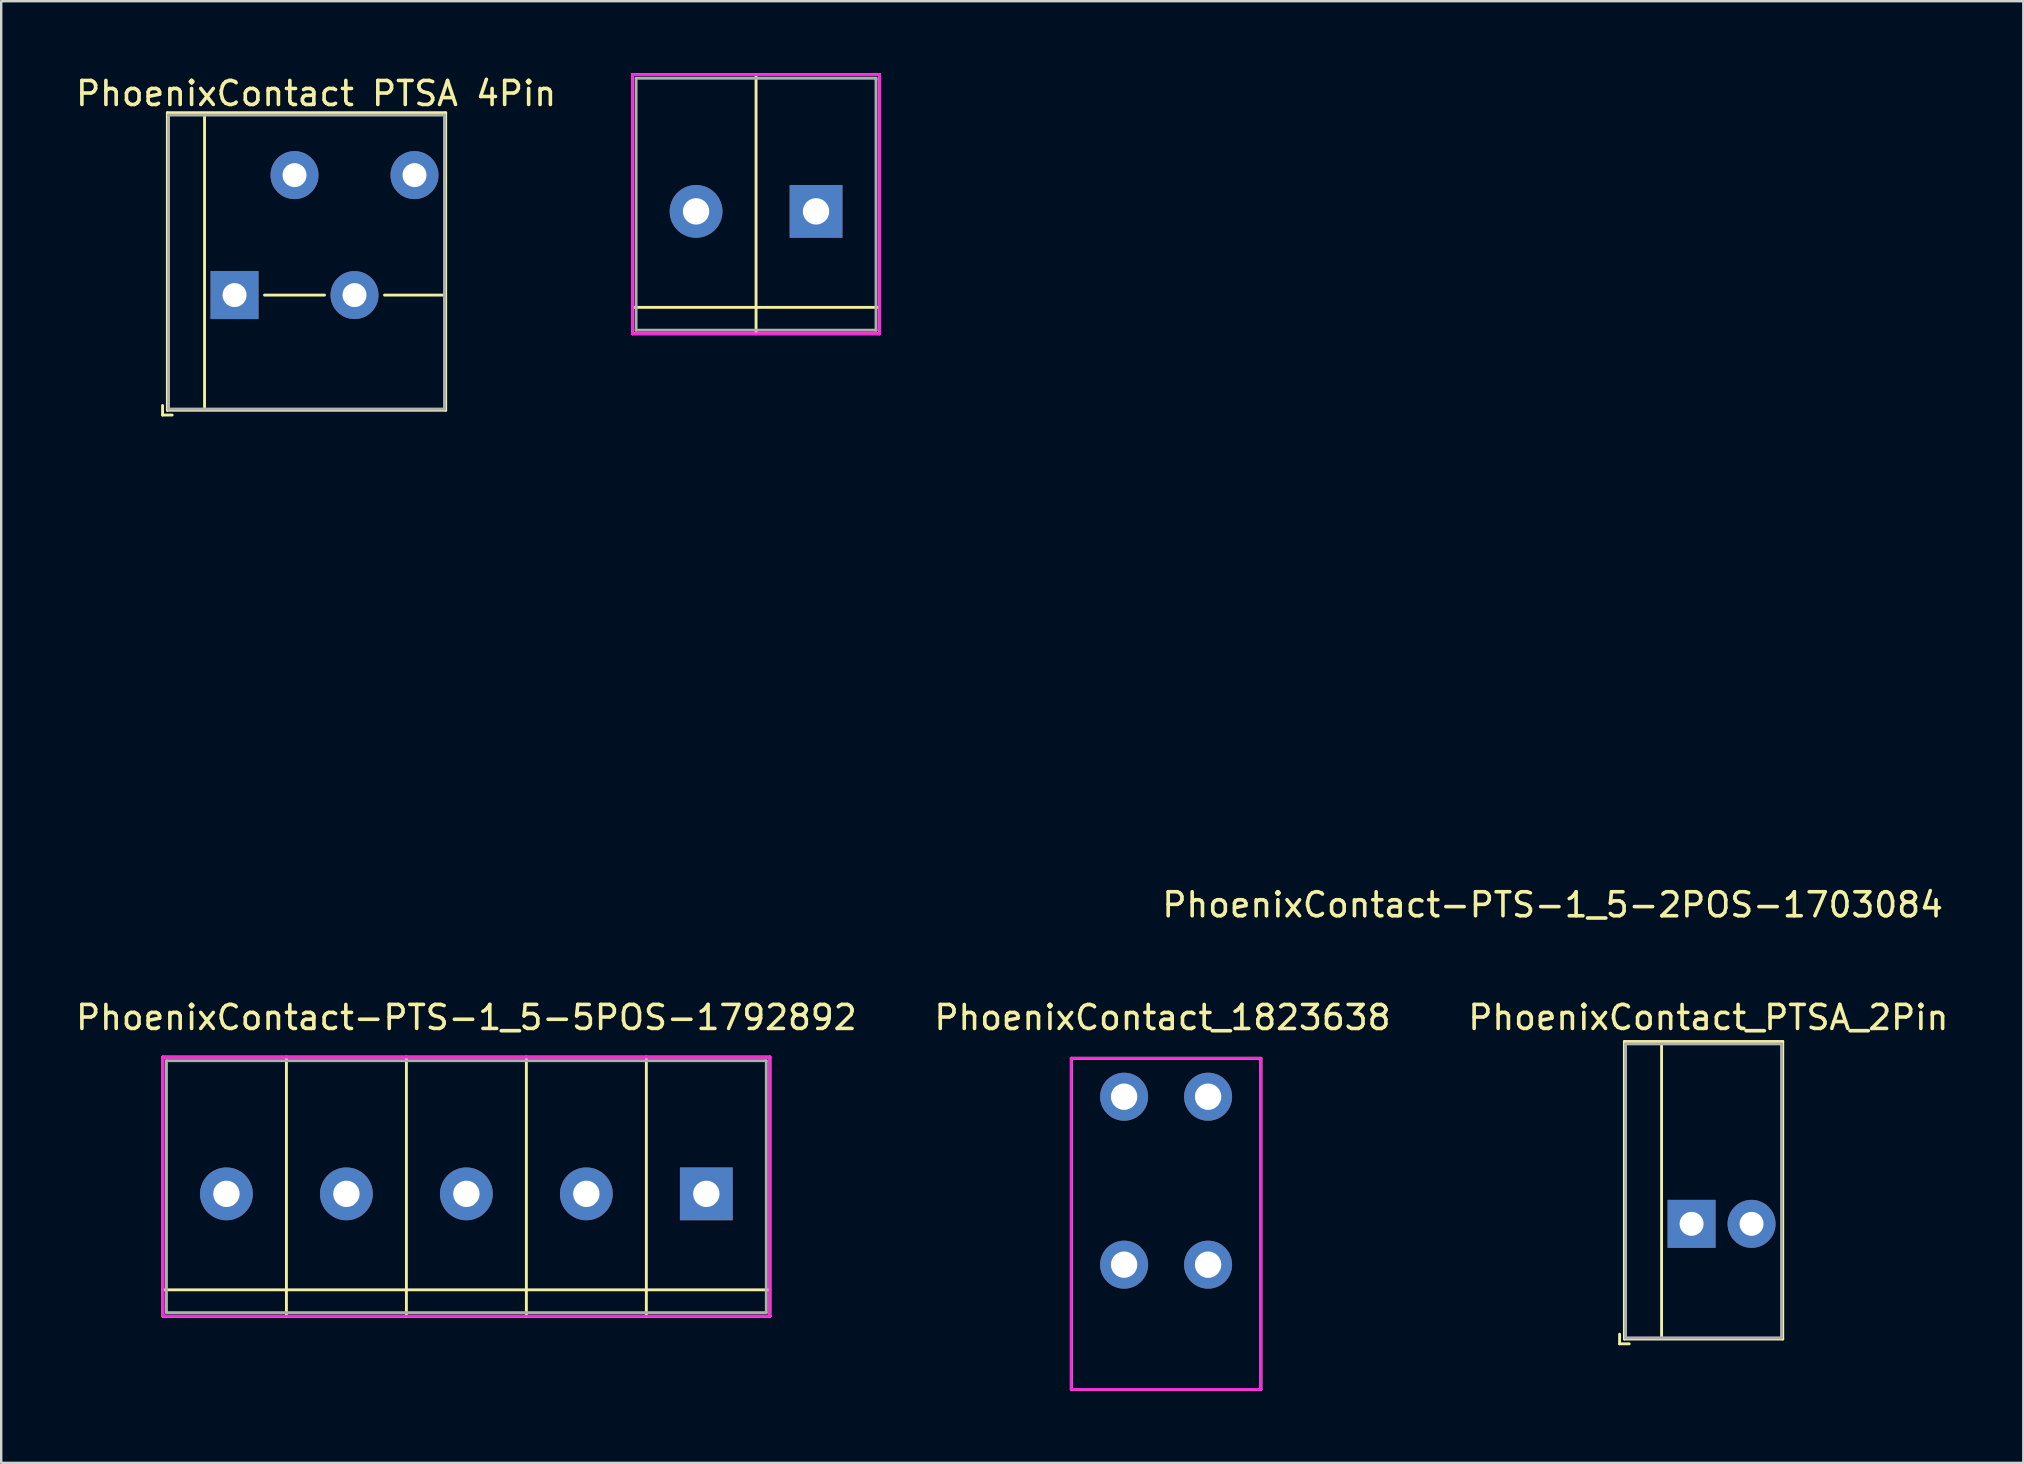
<source format=kicad_pcb>
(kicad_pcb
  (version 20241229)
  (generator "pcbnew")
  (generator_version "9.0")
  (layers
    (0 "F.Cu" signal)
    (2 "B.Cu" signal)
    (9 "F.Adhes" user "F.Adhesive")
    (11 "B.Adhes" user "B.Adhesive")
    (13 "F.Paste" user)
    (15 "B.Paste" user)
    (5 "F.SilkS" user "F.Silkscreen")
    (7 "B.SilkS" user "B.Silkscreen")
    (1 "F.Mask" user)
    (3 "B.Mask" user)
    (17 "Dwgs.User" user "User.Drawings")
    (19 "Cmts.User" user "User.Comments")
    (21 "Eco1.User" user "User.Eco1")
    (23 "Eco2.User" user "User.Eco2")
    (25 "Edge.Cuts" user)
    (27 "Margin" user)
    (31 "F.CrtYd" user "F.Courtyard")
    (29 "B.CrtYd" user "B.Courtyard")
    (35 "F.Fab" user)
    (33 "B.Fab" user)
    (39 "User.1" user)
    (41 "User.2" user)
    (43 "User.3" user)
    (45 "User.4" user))
  (footprint "PhoenixContact PTSA 4Pin"
    (layer "F.Cu")
    (at 6.725 9.248)
    (property "Reference" "PhoenixContact PTSA 4Pin" (at 3.4 -8.4 0) (layer "F.SilkS") (effects (font (size 1 1) (thickness 0.15))))
    (attr through_hole)
    (fp_line (start -3 4.6) (end -3 5) (stroke (width 0.12) (type solid)) (layer "F.SilkS"))
    (fp_line (start -3 5) (end -2.6 5) (stroke (width 0.12) (type solid)) (layer "F.SilkS"))
    (fp_line (start -2.8 -7.6) (end -2.8 4.8) (stroke (width 0.12) (type solid)) (layer "F.SilkS"))
    (fp_line (start -2.8 4.8) (end 8.8 4.8) (stroke (width 0.12) (type solid)) (layer "F.SilkS"))
    (fp_line (start -1.25 4.75) (end -1.25 -7.5) (stroke (width 0.12) (type solid)) (layer "F.SilkS"))
    (fp_line (start 1.25 0) (end 3.75 0) (stroke (width 0.12) (type solid)) (layer "F.SilkS"))
    (fp_line (start 6.25 0) (end 8.75 0) (stroke (width 0.12) (type solid)) (layer "F.SilkS"))
    (fp_line (start 8.8 -7.6) (end -2.8 -7.6) (stroke (width 0.12) (type solid)) (layer "F.SilkS"))
    (fp_line (start 8.8 4.8) (end 8.8 -7.6) (stroke (width 0.12) (type solid)) (layer "F.SilkS"))
    (fp_line (start -2.75 -7.5) (end -2.75 4.75) (stroke (width 0.12) (type solid)) (layer "F.Fab"))
    (fp_line (start -2.75 4.75) (end -1.25 4.75) (stroke (width 0.12) (type solid)) (layer "F.Fab"))
    (fp_line (start -1.25 -7.5) (end -2.75 -7.5) (stroke (width 0.12) (type solid)) (layer "F.Fab"))
    (fp_line (start -1.25 4.75) (end 8.75 4.75) (stroke (width 0.12) (type solid)) (layer "F.Fab"))
    (fp_line (start 8.75 -7.5) (end -1.25 -7.5) (stroke (width 0.12) (type solid)) (layer "F.Fab"))
    (fp_line (start 8.75 4.75) (end 8.75 -7.5) (stroke (width 0.12) (type solid)) (layer "F.Fab"))
    (pad "1" thru_hole rect (at 0 0) (size 2 2) (drill 1) (layers "*.Cu" "*.Mask"))
    (pad "2" thru_hole circle (at 2.5 -5) (size 2 2) (drill 1) (layers "*.Cu" "*.Mask"))
    (pad "3" thru_hole circle (at 5 0) (size 2 2) (drill 1) (layers "*.Cu" "*.Mask"))
    (pad "4" thru_hole circle (at 7.5 -5) (size 2 2) (drill 1) (layers "*.Cu" "*.Mask")))
  (footprint "PhoenixContact-PTS-1_5-2POS-1703084"
    (layer "F.Cu")
    (at 28.46 5.76)
    (property "Reference" "PhoenixContact-PTS-1_5-2POS-1703084" (at 33.2 28.9 0) (layer "F.SilkS") (effects (font (size 1 1) (thickness 0.15))))
    (attr through_hole)
    (fp_line (start -5.15 -5.7) (end 5.15 -5.7) (stroke (width 0.12) (type solid)) (layer "F.SilkS"))
    (fp_line (start -5.15 4) (end 5.15 4) (stroke (width 0.12) (type solid)) (layer "F.SilkS"))
    (fp_line (start -5.15 5.1) (end -5.15 -5.7) (stroke (width 0.12) (type solid)) (layer "F.SilkS"))
    (fp_line (start 0 -5.7) (end 0 5.1) (stroke (width 0.12) (type solid)) (layer "F.SilkS"))
    (fp_line (start 5.15 -5.7) (end 5.15 5.1) (stroke (width 0.12) (type solid)) (layer "F.SilkS"))
    (fp_line (start 5.15 5.1) (end -5.15 5.1) (stroke (width 0.12) (type solid)) (layer "F.SilkS"))
    (fp_line (start -5.15 -5.7) (end -5.15 5.1) (stroke (width 0.12) (type solid)) (layer "F.CrtYd"))
    (fp_line (start -5.15 5.1) (end 5.15 5.1) (stroke (width 0.12) (type solid)) (layer "F.CrtYd"))
    (fp_line (start 5.15 -5.7) (end -5.15 -5.7) (stroke (width 0.12) (type solid)) (layer "F.CrtYd"))
    (fp_line (start 5.15 5.1) (end 5.15 -5.7) (stroke (width 0.12) (type solid)) (layer "F.CrtYd"))
    (fp_line (start -5 -5.55) (end -5 4.95) (stroke (width 0.12) (type solid)) (layer "F.Fab"))
    (fp_line (start -5 4.95) (end 5 4.95) (stroke (width 0.12) (type solid)) (layer "F.Fab"))
    (fp_line (start 5 -5.55) (end -5 -5.55) (stroke (width 0.12) (type solid)) (layer "F.Fab"))
    (fp_line (start 5 -5.5) (end 5 -5.55) (stroke (width 0.12) (type solid)) (layer "F.Fab"))
    (fp_line (start 5 4.95) (end 5 -5.5) (stroke (width 0.12) (type solid)) (layer "F.Fab"))
    (pad "1" thru_hole rect (at 2.5 0) (size 2.2 2.2) (drill 1.1) (layers "*.Cu" "*.Mask"))
    (pad "2" thru_hole circle (at -2.5 0) (size 2.2 2.2) (drill 1.1) (layers "*.Cu" "*.Mask")))
  (footprint "PhoenixContact_1823638"
    (layer "F.Cu")
    (at 43.799 42.657)
    (property "Reference" "PhoenixContact_1823638" (at 1.6 -3.3 0) (unlocked yes) (layer "F.SilkS") (effects (font (size 1 1) (thickness 0.15))))
    (attr through_hole)
    (fp_line (start -2.2 -1.6) (end -2.2 12.2) (stroke (width 0.12) (type solid)) (layer "F.SilkS"))
    (fp_line (start -2.2 12.2) (end 5.7 12.2) (stroke (width 0.12) (type solid)) (layer "F.SilkS"))
    (fp_line (start 5.7 -1.6) (end -2.2 -1.6) (stroke (width 0.12) (type solid)) (layer "F.SilkS"))
    (fp_line (start 5.7 12.2) (end 5.7 -1.6) (stroke (width 0.12) (type solid)) (layer "F.SilkS"))
    (fp_line (start -2.2 -1.6) (end -2.2 12.2) (stroke (width 0.12) (type solid)) (layer "F.CrtYd"))
    (fp_line (start -2.2 12.2) (end 5.5 12.2) (stroke (width 0.12) (type solid)) (layer "F.CrtYd"))
    (fp_line (start 5.5 -1.6) (end -2.2 -1.6) (stroke (width 0.12) (type solid)) (layer "F.CrtYd"))
    (fp_line (start 5.5 12.2) (end 5.7 12.2) (stroke (width 0.12) (type solid)) (layer "F.CrtYd"))
    (fp_line (start 5.7 -1.6) (end 5.5 -1.6) (stroke (width 0.12) (type solid)) (layer "F.CrtYd"))
    (fp_line (start 5.7 12.2) (end 5.7 -1.6) (stroke (width 0.12) (type solid)) (layer "F.CrtYd"))
    (pad "1" thru_hole circle (at 0 0) (size 2 2) (drill 1.1) (layers "*.Cu" "*.Mask"))
    (pad "1" thru_hole circle (at 0 7) (size 2 2) (drill 1.1) (layers "*.Cu" "*.Mask"))
    (pad "2" thru_hole circle (at 3.5 0) (size 2 2) (drill 1.1) (layers "*.Cu" "*.Mask"))
    (pad "2" thru_hole circle (at 3.5 7) (size 2 2) (drill 1.1) (layers "*.Cu" "*.Mask")))
  (footprint "PhoenixContact_PTSA_2Pin"
    (layer "F.Cu")
    (at 67.449 47.956)
    (property "Reference" "PhoenixContact_PTSA_2Pin" (at 0.7 -8.6 0) (layer "F.SilkS") (effects (font (size 1 1) (thickness 0.15))))
    (attr through_hole)
    (fp_line (start -3 4.6) (end -3 5) (stroke (width 0.12) (type solid)) (layer "F.SilkS"))
    (fp_line (start -3 5) (end -2.6 5) (stroke (width 0.12) (type solid)) (layer "F.SilkS"))
    (fp_line (start -2.8 -7.6) (end -2.8 4.8) (stroke (width 0.12) (type solid)) (layer "F.SilkS"))
    (fp_line (start -2.8 4.8) (end 3.8 4.8) (stroke (width 0.12) (type solid)) (layer "F.SilkS"))
    (fp_line (start -1.25 4.75) (end -1.25 -7.5) (stroke (width 0.12) (type solid)) (layer "F.SilkS"))
    (fp_line (start 3.8 -7.6) (end -2.8 -7.6) (stroke (width 0.12) (type solid)) (layer "F.SilkS"))
    (fp_line (start 3.8 4.8) (end 3.8 -7.6) (stroke (width 0.12) (type solid)) (layer "F.SilkS"))
    (fp_line (start -2.75 -7.5) (end -2.75 4.75) (stroke (width 0.12) (type solid)) (layer "F.Fab"))
    (fp_line (start -2.75 4.75) (end -1.25 4.75) (stroke (width 0.12) (type solid)) (layer "F.Fab"))
    (fp_line (start -1.25 -7.5) (end -2.75 -7.5) (stroke (width 0.12) (type solid)) (layer "F.Fab"))
    (fp_line (start -1.25 4.75) (end 3.75 4.75) (stroke (width 0.12) (type solid)) (layer "F.Fab"))
    (fp_line (start 3.75 -7.5) (end -1.25 -7.5) (stroke (width 0.12) (type solid)) (layer "F.Fab"))
    (fp_line (start 3.75 4.75) (end 3.75 -7.5) (stroke (width 0.12) (type solid)) (layer "F.Fab"))
    (pad "1" thru_hole rect (at 0 0) (size 2 2) (drill 1) (layers "*.Cu" "*.Mask"))
    (pad "2" thru_hole circle (at 2.5 0) (size 2 2) (drill 1) (layers "*.Cu" "*.Mask")))
  (footprint "PhoenixContact-PTS-1_5-5POS-1792892"
    (layer "F.Cu")
    (at 16.387 46.706)
    (property "Reference" "PhoenixContact-PTS-1_5-5POS-1792892" (at 0 -7.35 0) (layer "F.SilkS") (effects (font (size 1 1) (thickness 0.15))))
    (attr through_hole)
    (fp_line (start -12.65 -5.7) (end -12.65 5.1) (stroke (width 0.12) (type solid)) (layer "F.SilkS"))
    (fp_line (start -12.65 4) (end 12.65 4) (stroke (width 0.12) (type solid)) (layer "F.SilkS"))
    (fp_line (start -12.65 5.1) (end 12.65 5.1) (stroke (width 0.12) (type solid)) (layer "F.SilkS"))
    (fp_line (start -7.5 -5.7) (end -7.5 5.1) (stroke (width 0.12) (type solid)) (layer "F.SilkS"))
    (fp_line (start -2.5 -5.7) (end -2.5 5.1) (stroke (width 0.12) (type solid)) (layer "F.SilkS"))
    (fp_line (start 2.5 -5.7) (end 2.5 5.1) (stroke (width 0.12) (type solid)) (layer "F.SilkS"))
    (fp_line (start 7.5 -5.7) (end 7.5 5.1) (stroke (width 0.12) (type solid)) (layer "F.SilkS"))
    (fp_line (start 12.65 -5.7) (end -12.65 -5.7) (stroke (width 0.12) (type solid)) (layer "F.SilkS"))
    (fp_line (start 12.65 5.1) (end 12.65 -5.7) (stroke (width 0.12) (type solid)) (layer "F.SilkS"))
    (fp_line (start -12.65 -5.7) (end -12.65 5.1) (stroke (width 0.12) (type solid)) (layer "F.CrtYd"))
    (fp_line (start -12.65 5.1) (end 12.65 5.1) (stroke (width 0.12) (type solid)) (layer "F.CrtYd"))
    (fp_line (start 12.65 -5.7) (end -12.65 -5.7) (stroke (width 0.12) (type solid)) (layer "F.CrtYd"))
    (fp_line (start 12.65 5.1) (end 12.65 -5.7) (stroke (width 0.12) (type solid)) (layer "F.CrtYd"))
    (fp_line (start -12.5 -5.55) (end -12.5 4.95) (stroke (width 0.12) (type solid)) (layer "F.Fab"))
    (fp_line (start -12.5 4.95) (end 12.5 4.95) (stroke (width 0.12) (type solid)) (layer "F.Fab"))
    (fp_line (start 12.5 -5.55) (end -12.5 -5.55) (stroke (width 0.12) (type solid)) (layer "F.Fab"))
    (fp_line (start 12.5 4.95) (end 12.5 -5.55) (stroke (width 0.12) (type solid)) (layer "F.Fab"))
    (pad "1" thru_hole rect (at 10 0) (size 2.2 2.2) (drill 1.1) (layers "*.Cu" "*.Mask"))
    (pad "2" thru_hole circle (at 5 0) (size 2.2 2.2) (drill 1.1) (layers "*.Cu" "*.Mask"))
    (pad "3" thru_hole circle (at 0 0) (size 2.2 2.2) (drill 1.1) (layers "*.Cu" "*.Mask"))
    (pad "4" thru_hole circle (at -5 0) (size 2.2 2.2) (drill 1.1) (layers "*.Cu" "*.Mask"))
    (pad "5" thru_hole circle (at -10 0) (size 2.2 2.2) (drill 1.1) (layers "*.Cu" "*.Mask")))
  (gr_rect
    (start -3 -3)
    (end 81.274 57.916)
    (stroke (width 0.1) (type default))
    (fill no)
    (layer "Edge.Cuts")))
</source>
